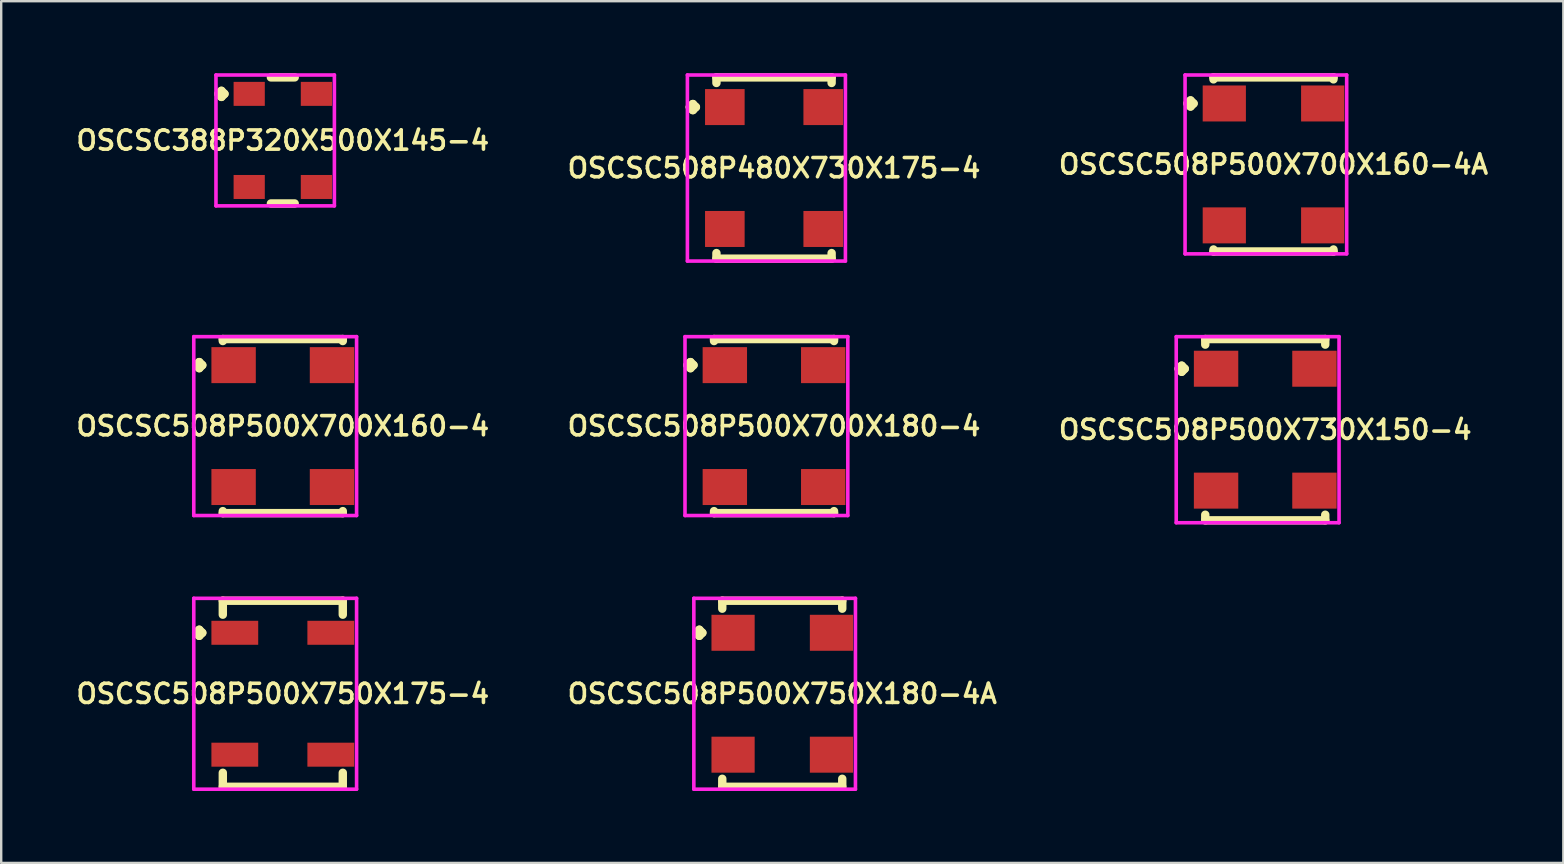
<source format=kicad_pcb>
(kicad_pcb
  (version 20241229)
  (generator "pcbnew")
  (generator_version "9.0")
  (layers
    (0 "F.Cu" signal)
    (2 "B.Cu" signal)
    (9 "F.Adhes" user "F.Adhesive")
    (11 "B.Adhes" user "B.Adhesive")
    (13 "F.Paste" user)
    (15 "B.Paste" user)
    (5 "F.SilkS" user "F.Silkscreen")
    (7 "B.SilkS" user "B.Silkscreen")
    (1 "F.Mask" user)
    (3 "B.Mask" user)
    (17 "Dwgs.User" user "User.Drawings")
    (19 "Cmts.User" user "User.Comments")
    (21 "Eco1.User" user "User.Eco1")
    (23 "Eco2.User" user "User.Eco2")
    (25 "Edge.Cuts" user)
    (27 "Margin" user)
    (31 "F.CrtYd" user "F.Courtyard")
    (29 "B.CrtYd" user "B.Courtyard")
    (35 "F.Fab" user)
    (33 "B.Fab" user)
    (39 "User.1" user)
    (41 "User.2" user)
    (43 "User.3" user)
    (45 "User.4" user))
  (footprint "OSCSC508P500X750X175-4"
    (layer "F.Cu")
    (at 8.735 25.86)
    (property "Reference" "OSCSC508P500X750X175-4" (at 0 0 0) (layer "F.SilkS") (effects (font (size 0.8 0.8) (thickness 0.15))))
    (attr smd)
    (fp_line (start -3.61 -2.54) (end -3.483 -2.667) (stroke (width 0.35) (type solid)) (layer "F.SilkS"))
    (fp_line (start -3.483 -2.667) (end -3.356 -2.54) (stroke (width 0.35) (type solid)) (layer "F.SilkS"))
    (fp_line (start -3.483 -2.413) (end -3.61 -2.54) (stroke (width 0.35) (type solid)) (layer "F.SilkS"))
    (fp_line (start -3.356 -2.54) (end -3.483 -2.413) (stroke (width 0.35) (type solid)) (layer "F.SilkS"))
    (fp_line (start -2.5 -3.877) (end 2.5 -3.877) (stroke (width 0.35) (type solid)) (layer "F.SilkS"))
    (fp_line (start -2.5 -3.294) (end -2.5 -3.877) (stroke (width 0.35) (type solid)) (layer "F.SilkS"))
    (fp_line (start -2.5 3.294) (end -2.5 3.877) (stroke (width 0.35) (type solid)) (layer "F.SilkS"))
    (fp_line (start -2.5 3.877) (end 2.5 3.877) (stroke (width 0.35) (type solid)) (layer "F.SilkS"))
    (fp_line (start 2.5 -3.877) (end 2.5 -3.294) (stroke (width 0.35) (type solid)) (layer "F.SilkS"))
    (fp_line (start 2.5 3.877) (end 2.5 3.294) (stroke (width 0.35) (type solid)) (layer "F.SilkS"))
    (fp_line (start -3.71 -3.977) (end 3.075 -3.977) (stroke (width 0.15) (type solid)) (layer "F.CrtYd"))
    (fp_line (start -3.71 3.977) (end -3.71 -3.977) (stroke (width 0.15) (type solid)) (layer "F.CrtYd"))
    (fp_line (start 3.075 -3.977) (end 3.075 3.977) (stroke (width 0.15) (type solid)) (layer "F.CrtYd"))
    (fp_line (start 3.075 3.977) (end -3.71 3.977) (stroke (width 0.15) (type solid)) (layer "F.CrtYd"))
    (pad "1" smd rect (at -2 -2.54) (size 1.95 1) (layers "F.Cu" "F.Mask" "F.Paste"))
    (pad "2" smd rect (at -2 2.54) (size 1.95 1) (layers "F.Cu" "F.Mask" "F.Paste"))
    (pad "3" smd rect (at 2 2.54) (size 1.95 1) (layers "F.Cu" "F.Mask" "F.Paste"))
    (pad "4" smd rect (at 2 -2.54) (size 1.95 1) (layers "F.Cu" "F.Mask" "F.Paste")))
  (footprint "OSCSC508P500X730X150-4"
    (layer "F.Cu")
    (at 49.677 14.856)
    (property "Reference" "OSCSC508P500X730X150-4" (at 0 0 0) (layer "F.SilkS") (effects (font (size 0.8 0.8) (thickness 0.15))))
    (attr smd)
    (fp_line (start -3.61 -2.54) (end -3.483 -2.667) (stroke (width 0.35) (type solid)) (layer "F.SilkS"))
    (fp_line (start -3.483 -2.667) (end -3.356 -2.54) (stroke (width 0.35) (type solid)) (layer "F.SilkS"))
    (fp_line (start -3.483 -2.413) (end -3.61 -2.54) (stroke (width 0.35) (type solid)) (layer "F.SilkS"))
    (fp_line (start -3.356 -2.54) (end -3.483 -2.413) (stroke (width 0.35) (type solid)) (layer "F.SilkS"))
    (fp_line (start -2.5 -3.777) (end 2.5 -3.777) (stroke (width 0.35) (type solid)) (layer "F.SilkS"))
    (fp_line (start -2.5 -3.544) (end -2.5 -3.777) (stroke (width 0.35) (type solid)) (layer "F.SilkS"))
    (fp_line (start -2.5 3.544) (end -2.5 3.777) (stroke (width 0.35) (type solid)) (layer "F.SilkS"))
    (fp_line (start -2.5 3.777) (end 2.5 3.777) (stroke (width 0.35) (type solid)) (layer "F.SilkS"))
    (fp_line (start 2.5 -3.777) (end 2.5 -3.544) (stroke (width 0.35) (type solid)) (layer "F.SilkS"))
    (fp_line (start 2.5 3.777) (end 2.5 3.544) (stroke (width 0.35) (type solid)) (layer "F.SilkS"))
    (fp_line (start -3.71 -3.877) (end 3.075 -3.877) (stroke (width 0.15) (type solid)) (layer "F.CrtYd"))
    (fp_line (start -3.71 3.877) (end -3.71 -3.877) (stroke (width 0.15) (type solid)) (layer "F.CrtYd"))
    (fp_line (start 3.075 -3.877) (end 3.075 3.877) (stroke (width 0.15) (type solid)) (layer "F.CrtYd"))
    (fp_line (start 3.075 3.877) (end -3.71 3.877) (stroke (width 0.15) (type solid)) (layer "F.CrtYd"))
    (pad "1" smd rect (at -2.05 -2.54) (size 1.85 1.5) (layers "F.Cu" "F.Mask" "F.Paste"))
    (pad "2" smd rect (at -2.05 2.54) (size 1.85 1.5) (layers "F.Cu" "F.Mask" "F.Paste"))
    (pad "3" smd rect (at 2.05 2.54) (size 1.85 1.5) (layers "F.Cu" "F.Mask" "F.Paste"))
    (pad "4" smd rect (at 2.05 -2.54) (size 1.85 1.5) (layers "F.Cu" "F.Mask" "F.Paste")))
  (footprint "OSCSC508P500X700X160-4"
    (layer "F.Cu")
    (at 8.735 14.706)
    (property "Reference" "OSCSC508P500X700X160-4" (at 0 0 0) (layer "F.SilkS") (effects (font (size 0.8 0.8) (thickness 0.15))))
    (attr smd)
    (fp_line (start -3.61 -2.54) (end -3.483 -2.667) (stroke (width 0.35) (type solid)) (layer "F.SilkS"))
    (fp_line (start -3.483 -2.667) (end -3.356 -2.54) (stroke (width 0.35) (type solid)) (layer "F.SilkS"))
    (fp_line (start -3.483 -2.413) (end -3.61 -2.54) (stroke (width 0.35) (type solid)) (layer "F.SilkS"))
    (fp_line (start -3.356 -2.54) (end -3.483 -2.413) (stroke (width 0.35) (type solid)) (layer "F.SilkS"))
    (fp_line (start -2.5 -3.627) (end 2.5 -3.627) (stroke (width 0.35) (type solid)) (layer "F.SilkS"))
    (fp_line (start -2.5 -3.544) (end -2.5 -3.627) (stroke (width 0.35) (type solid)) (layer "F.SilkS"))
    (fp_line (start -2.5 3.544) (end -2.5 3.627) (stroke (width 0.35) (type solid)) (layer "F.SilkS"))
    (fp_line (start -2.5 3.627) (end 2.5 3.627) (stroke (width 0.35) (type solid)) (layer "F.SilkS"))
    (fp_line (start 2.5 -3.627) (end 2.5 -3.544) (stroke (width 0.35) (type solid)) (layer "F.SilkS"))
    (fp_line (start 2.5 3.627) (end 2.5 3.544) (stroke (width 0.35) (type solid)) (layer "F.SilkS"))
    (fp_line (start -3.71 -3.727) (end 3.075 -3.727) (stroke (width 0.15) (type solid)) (layer "F.CrtYd"))
    (fp_line (start -3.71 3.727) (end -3.71 -3.727) (stroke (width 0.15) (type solid)) (layer "F.CrtYd"))
    (fp_line (start 3.075 -3.727) (end 3.075 3.727) (stroke (width 0.15) (type solid)) (layer "F.CrtYd"))
    (fp_line (start 3.075 3.727) (end -3.71 3.727) (stroke (width 0.15) (type solid)) (layer "F.CrtYd"))
    (pad "1" smd rect (at -2.05 -2.54) (size 1.85 1.5) (layers "F.Cu" "F.Mask" "F.Paste"))
    (pad "2" smd rect (at -2.05 2.54) (size 1.85 1.5) (layers "F.Cu" "F.Mask" "F.Paste"))
    (pad "3" smd rect (at 2.05 2.54) (size 1.85 1.5) (layers "F.Cu" "F.Mask" "F.Paste"))
    (pad "4" smd rect (at 2.05 -2.54) (size 1.85 1.5) (layers "F.Cu" "F.Mask" "F.Paste")))
  (footprint "OSCSC508P500X750X180-4A"
    (layer "F.Cu")
    (at 29.549 25.86)
    (property "Reference" "OSCSC508P500X750X180-4A" (at 0 0 0) (layer "F.SilkS") (effects (font (size 0.8 0.8) (thickness 0.15))))
    (attr smd)
    (fp_line (start -3.585 -2.54) (end -3.458 -2.667) (stroke (width 0.35) (type solid)) (layer "F.SilkS"))
    (fp_line (start -3.458 -2.667) (end -3.331 -2.54) (stroke (width 0.35) (type solid)) (layer "F.SilkS"))
    (fp_line (start -3.458 -2.413) (end -3.585 -2.54) (stroke (width 0.35) (type solid)) (layer "F.SilkS"))
    (fp_line (start -3.331 -2.54) (end -3.458 -2.413) (stroke (width 0.35) (type solid)) (layer "F.SilkS"))
    (fp_line (start -2.5 -3.877) (end 2.5 -3.877) (stroke (width 0.35) (type solid)) (layer "F.SilkS"))
    (fp_line (start -2.5 -3.544) (end -2.5 -3.877) (stroke (width 0.35) (type solid)) (layer "F.SilkS"))
    (fp_line (start -2.5 3.544) (end -2.5 3.877) (stroke (width 0.35) (type solid)) (layer "F.SilkS"))
    (fp_line (start -2.5 3.877) (end 2.5 3.877) (stroke (width 0.35) (type solid)) (layer "F.SilkS"))
    (fp_line (start 2.5 -3.877) (end 2.5 -3.544) (stroke (width 0.35) (type solid)) (layer "F.SilkS"))
    (fp_line (start 2.5 3.877) (end 2.5 3.544) (stroke (width 0.35) (type solid)) (layer "F.SilkS"))
    (fp_line (start -3.685 -3.977) (end 3.05 -3.977) (stroke (width 0.15) (type solid)) (layer "F.CrtYd"))
    (fp_line (start -3.685 3.977) (end -3.685 -3.977) (stroke (width 0.15) (type solid)) (layer "F.CrtYd"))
    (fp_line (start 3.05 -3.977) (end 3.05 3.977) (stroke (width 0.15) (type solid)) (layer "F.CrtYd"))
    (fp_line (start 3.05 3.977) (end -3.685 3.977) (stroke (width 0.15) (type solid)) (layer "F.CrtYd"))
    (pad "1" smd rect (at -2.05 -2.54) (size 1.8 1.5) (layers "F.Cu" "F.Mask" "F.Paste"))
    (pad "2" smd rect (at -2.05 2.54) (size 1.8 1.5) (layers "F.Cu" "F.Mask" "F.Paste"))
    (pad "3" smd rect (at 2.05 2.54) (size 1.8 1.5) (layers "F.Cu" "F.Mask" "F.Paste"))
    (pad "4" smd rect (at 2.05 -2.54) (size 1.8 1.5) (layers "F.Cu" "F.Mask" "F.Paste")))
  (footprint "OSCSC508P500X700X160-4A"
    (layer "F.Cu")
    (at 50.02 3.802)
    (property "Reference" "OSCSC508P500X700X160-4A" (at 0 0 0) (layer "F.SilkS") (effects (font (size 0.8 0.8) (thickness 0.15))))
    (attr through_hole)
    (fp_line (start -3.585 -2.54) (end -3.458 -2.667) (stroke (width 0.35) (type solid)) (layer "F.SilkS"))
    (fp_line (start -3.458 -2.667) (end -3.331 -2.54) (stroke (width 0.35) (type solid)) (layer "F.SilkS"))
    (fp_line (start -3.458 -2.413) (end -3.585 -2.54) (stroke (width 0.35) (type solid)) (layer "F.SilkS"))
    (fp_line (start -3.331 -2.54) (end -3.458 -2.413) (stroke (width 0.35) (type solid)) (layer "F.SilkS"))
    (fp_line (start -2.5 -3.627) (end 2.5 -3.627) (stroke (width 0.35) (type solid)) (layer "F.SilkS"))
    (fp_line (start -2.5 -3.544) (end -2.5 -3.627) (stroke (width 0.35) (type solid)) (layer "F.SilkS"))
    (fp_line (start -2.5 3.544) (end -2.5 3.627) (stroke (width 0.35) (type solid)) (layer "F.SilkS"))
    (fp_line (start -2.5 3.627) (end 2.5 3.627) (stroke (width 0.35) (type solid)) (layer "F.SilkS"))
    (fp_line (start 2.5 -3.627) (end 2.5 -3.544) (stroke (width 0.35) (type solid)) (layer "F.SilkS"))
    (fp_line (start 2.5 3.627) (end 2.5 3.544) (stroke (width 0.35) (type solid)) (layer "F.SilkS"))
    (fp_line (start -3.685 -3.727) (end 3.05 -3.727) (stroke (width 0.15) (type solid)) (layer "F.CrtYd"))
    (fp_line (start -3.685 3.727) (end -3.685 -3.727) (stroke (width 0.15) (type solid)) (layer "F.CrtYd"))
    (fp_line (start 3.05 -3.727) (end 3.05 3.727) (stroke (width 0.15) (type solid)) (layer "F.CrtYd"))
    (fp_line (start 3.05 3.727) (end -3.685 3.727) (stroke (width 0.15) (type solid)) (layer "F.CrtYd"))
    (pad "1" smd rect (at -2.05 -2.54) (size 1.8 1.5) (layers "F.Cu" "F.Mask" "F.Paste"))
    (pad "2" smd rect (at -2.05 2.54) (size 1.8 1.5) (layers "F.Cu" "F.Mask" "F.Paste"))
    (pad "3" smd rect (at 2.05 2.54) (size 1.8 1.5) (layers "F.Cu" "F.Mask" "F.Paste"))
    (pad "4" smd rect (at 2.05 -2.54) (size 1.8 1.5) (layers "F.Cu" "F.Mask" "F.Paste")))
  (footprint "OSCSC388P320X500X145-4"
    (layer "F.Cu")
    (at 8.735 2.802)
    (property "Reference" "OSCSC388P320X500X145-4" (at 0 0 0) (layer "F.SilkS") (effects (font (size 0.8 0.8) (thickness 0.15))))
    (attr through_hole)
    (fp_line (start -2.685 -1.94) (end -2.558 -2.067) (stroke (width 0.35) (type solid)) (layer "F.SilkS"))
    (fp_line (start -2.558 -2.067) (end -2.431 -1.94) (stroke (width 0.35) (type solid)) (layer "F.SilkS"))
    (fp_line (start -2.558 -1.813) (end -2.685 -1.94) (stroke (width 0.35) (type solid)) (layer "F.SilkS"))
    (fp_line (start -2.431 -1.94) (end -2.558 -1.813) (stroke (width 0.35) (type solid)) (layer "F.SilkS"))
    (fp_line (start -0.496 -2.627) (end 0.496 -2.627) (stroke (width 0.35) (type solid)) (layer "F.SilkS"))
    (fp_line (start -0.496 2.627) (end 0.496 2.627) (stroke (width 0.35) (type solid)) (layer "F.SilkS"))
    (fp_line (start -2.785 -2.727) (end 2.15 -2.727) (stroke (width 0.15) (type solid)) (layer "F.CrtYd"))
    (fp_line (start -2.785 2.727) (end -2.785 -2.727) (stroke (width 0.15) (type solid)) (layer "F.CrtYd"))
    (fp_line (start 2.15 -2.727) (end 2.15 2.727) (stroke (width 0.15) (type solid)) (layer "F.CrtYd"))
    (fp_line (start 2.15 2.727) (end -2.785 2.727) (stroke (width 0.15) (type solid)) (layer "F.CrtYd"))
    (pad "1" smd rect (at -1.4 -1.94) (size 1.3 1) (layers "F.Cu" "F.Mask" "F.Paste"))
    (pad "2" smd rect (at -1.4 1.94) (size 1.3 1) (layers "F.Cu" "F.Mask" "F.Paste"))
    (pad "3" smd rect (at 1.4 1.94) (size 1.3 1) (layers "F.Cu" "F.Mask" "F.Paste"))
    (pad "4" smd rect (at 1.4 -1.94) (size 1.3 1) (layers "F.Cu" "F.Mask" "F.Paste")))
  (footprint "OSCSC508P500X700X180-4"
    (layer "F.Cu")
    (at 29.206 14.706)
    (property "Reference" "OSCSC508P500X700X180-4" (at 0 0 0) (layer "F.SilkS") (effects (font (size 0.8 0.8) (thickness 0.15))))
    (attr through_hole)
    (fp_line (start -3.61 -2.54) (end -3.483 -2.667) (stroke (width 0.35) (type solid)) (layer "F.SilkS"))
    (fp_line (start -3.483 -2.667) (end -3.356 -2.54) (stroke (width 0.35) (type solid)) (layer "F.SilkS"))
    (fp_line (start -3.483 -2.413) (end -3.61 -2.54) (stroke (width 0.35) (type solid)) (layer "F.SilkS"))
    (fp_line (start -3.356 -2.54) (end -3.483 -2.413) (stroke (width 0.35) (type solid)) (layer "F.SilkS"))
    (fp_line (start -2.5 -3.627) (end 2.5 -3.627) (stroke (width 0.35) (type solid)) (layer "F.SilkS"))
    (fp_line (start -2.5 -3.544) (end -2.5 -3.627) (stroke (width 0.35) (type solid)) (layer "F.SilkS"))
    (fp_line (start -2.5 3.544) (end -2.5 3.627) (stroke (width 0.35) (type solid)) (layer "F.SilkS"))
    (fp_line (start -2.5 3.627) (end 2.5 3.627) (stroke (width 0.35) (type solid)) (layer "F.SilkS"))
    (fp_line (start 2.5 -3.627) (end 2.5 -3.544) (stroke (width 0.35) (type solid)) (layer "F.SilkS"))
    (fp_line (start 2.5 3.627) (end 2.5 3.544) (stroke (width 0.35) (type solid)) (layer "F.SilkS"))
    (fp_line (start -3.71 -3.727) (end 3.075 -3.727) (stroke (width 0.15) (type solid)) (layer "F.CrtYd"))
    (fp_line (start -3.71 3.727) (end -3.71 -3.727) (stroke (width 0.15) (type solid)) (layer "F.CrtYd"))
    (fp_line (start 3.075 -3.727) (end 3.075 3.727) (stroke (width 0.15) (type solid)) (layer "F.CrtYd"))
    (fp_line (start 3.075 3.727) (end -3.71 3.727) (stroke (width 0.15) (type solid)) (layer "F.CrtYd"))
    (pad "1" smd rect (at -2.05 -2.54) (size 1.85 1.5) (layers "F.Cu" "F.Mask" "F.Paste"))
    (pad "2" smd rect (at -2.05 2.54) (size 1.85 1.5) (layers "F.Cu" "F.Mask" "F.Paste"))
    (pad "3" smd rect (at 2.05 2.54) (size 1.85 1.5) (layers "F.Cu" "F.Mask" "F.Paste"))
    (pad "4" smd rect (at 2.05 -2.54) (size 1.85 1.5) (layers "F.Cu" "F.Mask" "F.Paste")))
  (footprint "OSCSC508P480X730X175-4"
    (layer "F.Cu")
    (at 29.206 3.952)
    (property "Reference" "OSCSC508P480X730X175-4" (at 0 0 0) (layer "F.SilkS") (effects (font (size 0.8 0.8) (thickness 0.15))))
    (attr smd)
    (fp_line (start -3.51 -2.54) (end -3.383 -2.667) (stroke (width 0.35) (type solid)) (layer "F.SilkS"))
    (fp_line (start -3.383 -2.667) (end -3.256 -2.54) (stroke (width 0.35) (type solid)) (layer "F.SilkS"))
    (fp_line (start -3.383 -2.413) (end -3.51 -2.54) (stroke (width 0.35) (type solid)) (layer "F.SilkS"))
    (fp_line (start -3.256 -2.54) (end -3.383 -2.413) (stroke (width 0.35) (type solid)) (layer "F.SilkS"))
    (fp_line (start -2.4 -3.777) (end 2.4 -3.777) (stroke (width 0.35) (type solid)) (layer "F.SilkS"))
    (fp_line (start -2.4 -3.544) (end -2.4 -3.777) (stroke (width 0.35) (type solid)) (layer "F.SilkS"))
    (fp_line (start -2.4 3.544) (end -2.4 3.777) (stroke (width 0.35) (type solid)) (layer "F.SilkS"))
    (fp_line (start -2.4 3.777) (end 2.4 3.777) (stroke (width 0.35) (type solid)) (layer "F.SilkS"))
    (fp_line (start 2.4 -3.777) (end 2.4 -3.544) (stroke (width 0.35) (type solid)) (layer "F.SilkS"))
    (fp_line (start 2.4 3.777) (end 2.4 3.544) (stroke (width 0.35) (type solid)) (layer "F.SilkS"))
    (fp_line (start -3.61 -3.877) (end 2.975 -3.877) (stroke (width 0.15) (type solid)) (layer "F.CrtYd"))
    (fp_line (start -3.61 3.877) (end -3.61 -3.877) (stroke (width 0.15) (type solid)) (layer "F.CrtYd"))
    (fp_line (start 2.975 -3.877) (end 2.975 3.877) (stroke (width 0.15) (type solid)) (layer "F.CrtYd"))
    (fp_line (start 2.975 3.877) (end -3.61 3.877) (stroke (width 0.15) (type solid)) (layer "F.CrtYd"))
    (pad "1" smd rect (at -2.05 -2.54) (size 1.65 1.5) (layers "F.Cu" "F.Mask" "F.Paste"))
    (pad "2" smd rect (at -2.05 2.54) (size 1.65 1.5) (layers "F.Cu" "F.Mask" "F.Paste"))
    (pad "3" smd rect (at 2.05 2.54) (size 1.65 1.5) (layers "F.Cu" "F.Mask" "F.Paste"))
    (pad "4" smd rect (at 2.05 -2.54) (size 1.65 1.5) (layers "F.Cu" "F.Mask" "F.Paste")))
  (gr_rect
    (start -3 -3)
    (end 62.099 32.912)
    (stroke (width 0.1) (type default))
    (fill no)
    (layer "Edge.Cuts")))
</source>
